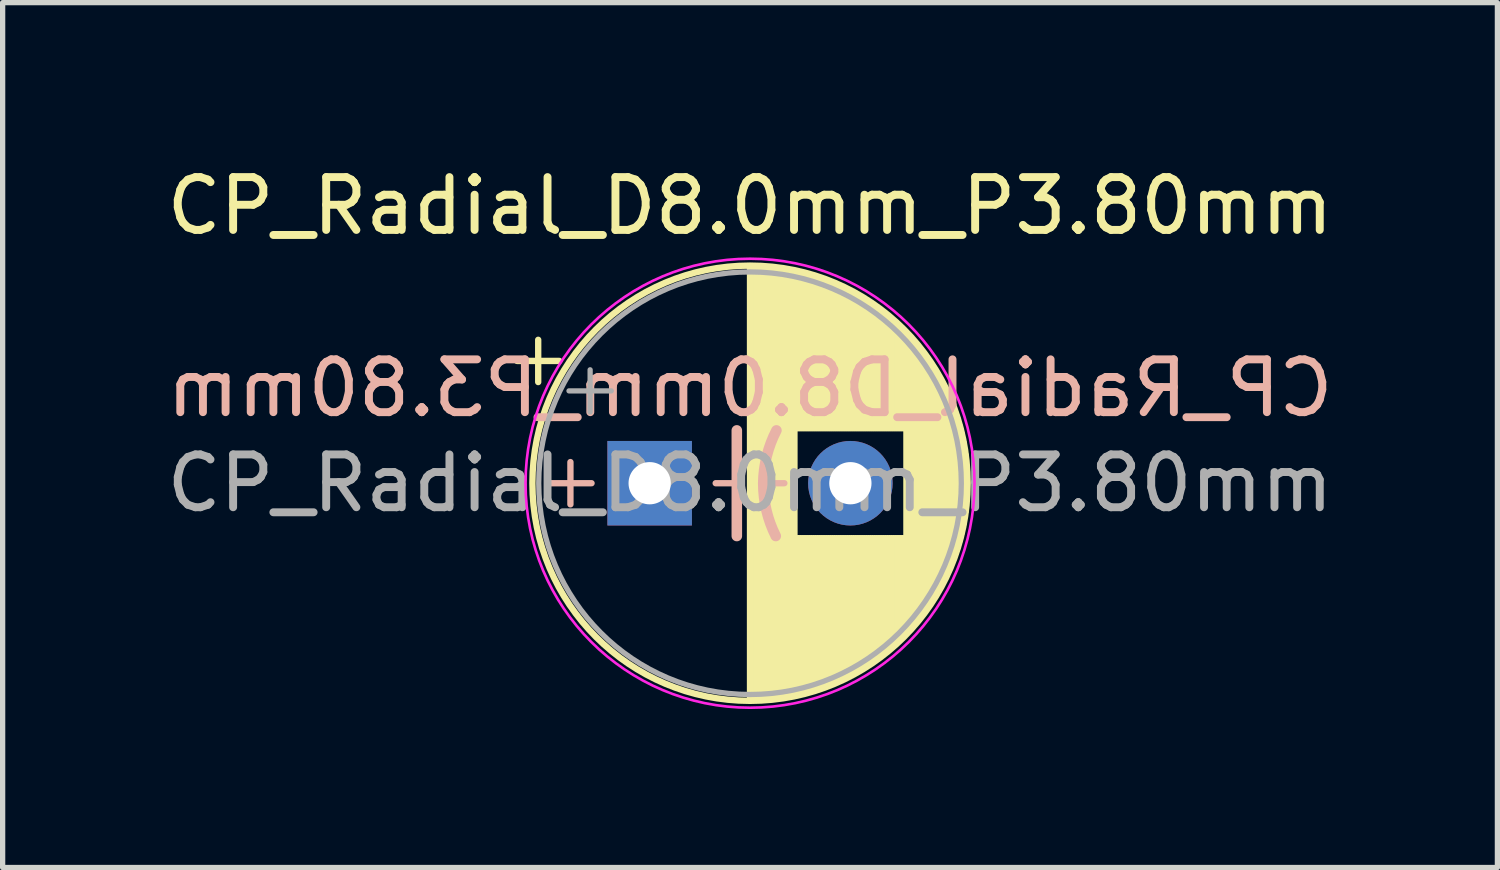
<source format=kicad_pcb>
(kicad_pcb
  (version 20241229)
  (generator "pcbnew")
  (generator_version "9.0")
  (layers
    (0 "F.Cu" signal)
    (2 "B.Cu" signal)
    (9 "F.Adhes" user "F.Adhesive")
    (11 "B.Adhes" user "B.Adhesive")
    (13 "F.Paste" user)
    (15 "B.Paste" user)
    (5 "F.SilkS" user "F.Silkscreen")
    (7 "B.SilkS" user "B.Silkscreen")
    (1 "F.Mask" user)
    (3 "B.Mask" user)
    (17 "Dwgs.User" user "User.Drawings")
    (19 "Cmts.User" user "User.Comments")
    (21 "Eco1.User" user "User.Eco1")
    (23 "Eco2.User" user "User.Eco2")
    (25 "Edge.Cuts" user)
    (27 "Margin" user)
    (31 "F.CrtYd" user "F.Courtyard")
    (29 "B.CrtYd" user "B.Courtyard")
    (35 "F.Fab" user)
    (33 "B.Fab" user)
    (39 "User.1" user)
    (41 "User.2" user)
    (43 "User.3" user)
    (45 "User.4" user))
  (footprint "CP_Radial_D8.0mm_P3.80mm"
    (layer "F.Cu")
    (at 9.249 6.098)
    (property "Reference" "CP_Radial_D8.0mm_P3.80mm" (at 1.9 -5.25 0) (layer "F.SilkS") (effects (font (size 1 1) (thickness 0.15))))
    (fp_line (start -2.51 -2.315) (end -1.71 -2.315) (stroke (width 0.12) (type solid)) (layer "F.SilkS"))
    (fp_line (start -2.11 -2.715) (end -2.11 -1.915) (stroke (width 0.12) (type solid)) (layer "F.SilkS"))
    (fp_line (start 1.9 -4.08) (end 1.9 4.08) (stroke (width 0.12) (type solid)) (layer "F.SilkS"))
    (fp_line (start 1.94 -4.08) (end 1.94 4.08) (stroke (width 0.12) (type solid)) (layer "F.SilkS"))
    (fp_line (start 1.98 -4.08) (end 1.98 4.08) (stroke (width 0.12) (type solid)) (layer "F.SilkS"))
    (fp_line (start 2.02 -4.079) (end 2.02 4.079) (stroke (width 0.12) (type solid)) (layer "F.SilkS"))
    (fp_line (start 2.06 -4.077) (end 2.06 4.077) (stroke (width 0.12) (type solid)) (layer "F.SilkS"))
    (fp_line (start 2.1 -4.076) (end 2.1 4.076) (stroke (width 0.12) (type solid)) (layer "F.SilkS"))
    (fp_line (start 2.14 -4.074) (end 2.14 4.074) (stroke (width 0.12) (type solid)) (layer "F.SilkS"))
    (fp_line (start 2.18 -4.071) (end 2.18 4.071) (stroke (width 0.12) (type solid)) (layer "F.SilkS"))
    (fp_line (start 2.22 -4.068) (end 2.22 4.068) (stroke (width 0.12) (type solid)) (layer "F.SilkS"))
    (fp_line (start 2.26 -4.065) (end 2.26 4.065) (stroke (width 0.12) (type solid)) (layer "F.SilkS"))
    (fp_line (start 2.3 -4.061) (end 2.3 4.061) (stroke (width 0.12) (type solid)) (layer "F.SilkS"))
    (fp_line (start 2.34 -4.057) (end 2.34 4.057) (stroke (width 0.12) (type solid)) (layer "F.SilkS"))
    (fp_line (start 2.38 -4.052) (end 2.38 4.052) (stroke (width 0.12) (type solid)) (layer "F.SilkS"))
    (fp_line (start 2.42 -4.048) (end 2.42 4.048) (stroke (width 0.12) (type solid)) (layer "F.SilkS"))
    (fp_line (start 2.46 -4.042) (end 2.46 4.042) (stroke (width 0.12) (type solid)) (layer "F.SilkS"))
    (fp_line (start 2.5 -4.037) (end 2.5 4.037) (stroke (width 0.12) (type solid)) (layer "F.SilkS"))
    (fp_line (start 2.54 -4.03) (end 2.54 4.03) (stroke (width 0.12) (type solid)) (layer "F.SilkS"))
    (fp_line (start 2.58 -4.024) (end 2.58 4.024) (stroke (width 0.12) (type solid)) (layer "F.SilkS"))
    (fp_line (start 2.621 -4.017) (end 2.621 4.017) (stroke (width 0.12) (type solid)) (layer "F.SilkS"))
    (fp_line (start 2.661 -4.01) (end 2.661 4.01) (stroke (width 0.12) (type solid)) (layer "F.SilkS"))
    (fp_line (start 2.701 -4.002) (end 2.701 4.002) (stroke (width 0.12) (type solid)) (layer "F.SilkS"))
    (fp_line (start 2.741 -3.994) (end 2.741 3.994) (stroke (width 0.12) (type solid)) (layer "F.SilkS"))
    (fp_line (start 2.781 -3.985) (end 2.781 -1.04) (stroke (width 0.12) (type solid)) (layer "F.SilkS"))
    (fp_line (start 2.781 1.04) (end 2.781 3.985) (stroke (width 0.12) (type solid)) (layer "F.SilkS"))
    (fp_line (start 2.821 -3.976) (end 2.821 -1.04) (stroke (width 0.12) (type solid)) (layer "F.SilkS"))
    (fp_line (start 2.821 1.04) (end 2.821 3.976) (stroke (width 0.12) (type solid)) (layer "F.SilkS"))
    (fp_line (start 2.861 -3.967) (end 2.861 -1.04) (stroke (width 0.12) (type solid)) (layer "F.SilkS"))
    (fp_line (start 2.861 1.04) (end 2.861 3.967) (stroke (width 0.12) (type solid)) (layer "F.SilkS"))
    (fp_line (start 2.901 -3.957) (end 2.901 -1.04) (stroke (width 0.12) (type solid)) (layer "F.SilkS"))
    (fp_line (start 2.901 1.04) (end 2.901 3.957) (stroke (width 0.12) (type solid)) (layer "F.SilkS"))
    (fp_line (start 2.941 -3.947) (end 2.941 -1.04) (stroke (width 0.12) (type solid)) (layer "F.SilkS"))
    (fp_line (start 2.941 1.04) (end 2.941 3.947) (stroke (width 0.12) (type solid)) (layer "F.SilkS"))
    (fp_line (start 2.981 -3.936) (end 2.981 -1.04) (stroke (width 0.12) (type solid)) (layer "F.SilkS"))
    (fp_line (start 2.981 1.04) (end 2.981 3.936) (stroke (width 0.12) (type solid)) (layer "F.SilkS"))
    (fp_line (start 3.021 -3.925) (end 3.021 -1.04) (stroke (width 0.12) (type solid)) (layer "F.SilkS"))
    (fp_line (start 3.021 1.04) (end 3.021 3.925) (stroke (width 0.12) (type solid)) (layer "F.SilkS"))
    (fp_line (start 3.061 -3.914) (end 3.061 -1.04) (stroke (width 0.12) (type solid)) (layer "F.SilkS"))
    (fp_line (start 3.061 1.04) (end 3.061 3.914) (stroke (width 0.12) (type solid)) (layer "F.SilkS"))
    (fp_line (start 3.101 -3.902) (end 3.101 -1.04) (stroke (width 0.12) (type solid)) (layer "F.SilkS"))
    (fp_line (start 3.101 1.04) (end 3.101 3.902) (stroke (width 0.12) (type solid)) (layer "F.SilkS"))
    (fp_line (start 3.141 -3.889) (end 3.141 -1.04) (stroke (width 0.12) (type solid)) (layer "F.SilkS"))
    (fp_line (start 3.141 1.04) (end 3.141 3.889) (stroke (width 0.12) (type solid)) (layer "F.SilkS"))
    (fp_line (start 3.181 -3.877) (end 3.181 -1.04) (stroke (width 0.12) (type solid)) (layer "F.SilkS"))
    (fp_line (start 3.181 1.04) (end 3.181 3.877) (stroke (width 0.12) (type solid)) (layer "F.SilkS"))
    (fp_line (start 3.221 -3.863) (end 3.221 -1.04) (stroke (width 0.12) (type solid)) (layer "F.SilkS"))
    (fp_line (start 3.221 1.04) (end 3.221 3.863) (stroke (width 0.12) (type solid)) (layer "F.SilkS"))
    (fp_line (start 3.261 -3.85) (end 3.261 -1.04) (stroke (width 0.12) (type solid)) (layer "F.SilkS"))
    (fp_line (start 3.261 1.04) (end 3.261 3.85) (stroke (width 0.12) (type solid)) (layer "F.SilkS"))
    (fp_line (start 3.301 -3.835) (end 3.301 -1.04) (stroke (width 0.12) (type solid)) (layer "F.SilkS"))
    (fp_line (start 3.301 1.04) (end 3.301 3.835) (stroke (width 0.12) (type solid)) (layer "F.SilkS"))
    (fp_line (start 3.341 -3.821) (end 3.341 -1.04) (stroke (width 0.12) (type solid)) (layer "F.SilkS"))
    (fp_line (start 3.341 1.04) (end 3.341 3.821) (stroke (width 0.12) (type solid)) (layer "F.SilkS"))
    (fp_line (start 3.381 -3.805) (end 3.381 -1.04) (stroke (width 0.12) (type solid)) (layer "F.SilkS"))
    (fp_line (start 3.381 1.04) (end 3.381 3.805) (stroke (width 0.12) (type solid)) (layer "F.SilkS"))
    (fp_line (start 3.421 -3.79) (end 3.421 -1.04) (stroke (width 0.12) (type solid)) (layer "F.SilkS"))
    (fp_line (start 3.421 1.04) (end 3.421 3.79) (stroke (width 0.12) (type solid)) (layer "F.SilkS"))
    (fp_line (start 3.461 -3.774) (end 3.461 -1.04) (stroke (width 0.12) (type solid)) (layer "F.SilkS"))
    (fp_line (start 3.461 1.04) (end 3.461 3.774) (stroke (width 0.12) (type solid)) (layer "F.SilkS"))
    (fp_line (start 3.501 -3.757) (end 3.501 -1.04) (stroke (width 0.12) (type solid)) (layer "F.SilkS"))
    (fp_line (start 3.501 1.04) (end 3.501 3.757) (stroke (width 0.12) (type solid)) (layer "F.SilkS"))
    (fp_line (start 3.541 -3.74) (end 3.541 -1.04) (stroke (width 0.12) (type solid)) (layer "F.SilkS"))
    (fp_line (start 3.541 1.04) (end 3.541 3.74) (stroke (width 0.12) (type solid)) (layer "F.SilkS"))
    (fp_line (start 3.581 -3.722) (end 3.581 -1.04) (stroke (width 0.12) (type solid)) (layer "F.SilkS"))
    (fp_line (start 3.581 1.04) (end 3.581 3.722) (stroke (width 0.12) (type solid)) (layer "F.SilkS"))
    (fp_line (start 3.621 -3.704) (end 3.621 -1.04) (stroke (width 0.12) (type solid)) (layer "F.SilkS"))
    (fp_line (start 3.621 1.04) (end 3.621 3.704) (stroke (width 0.12) (type solid)) (layer "F.SilkS"))
    (fp_line (start 3.661 -3.686) (end 3.661 -1.04) (stroke (width 0.12) (type solid)) (layer "F.SilkS"))
    (fp_line (start 3.661 1.04) (end 3.661 3.686) (stroke (width 0.12) (type solid)) (layer "F.SilkS"))
    (fp_line (start 3.701 -3.666) (end 3.701 -1.04) (stroke (width 0.12) (type solid)) (layer "F.SilkS"))
    (fp_line (start 3.701 1.04) (end 3.701 3.666) (stroke (width 0.12) (type solid)) (layer "F.SilkS"))
    (fp_line (start 3.741 -3.647) (end 3.741 -1.04) (stroke (width 0.12) (type solid)) (layer "F.SilkS"))
    (fp_line (start 3.741 1.04) (end 3.741 3.647) (stroke (width 0.12) (type solid)) (layer "F.SilkS"))
    (fp_line (start 3.781 -3.627) (end 3.781 -1.04) (stroke (width 0.12) (type solid)) (layer "F.SilkS"))
    (fp_line (start 3.781 1.04) (end 3.781 3.627) (stroke (width 0.12) (type solid)) (layer "F.SilkS"))
    (fp_line (start 3.821 -3.606) (end 3.821 -1.04) (stroke (width 0.12) (type solid)) (layer "F.SilkS"))
    (fp_line (start 3.821 1.04) (end 3.821 3.606) (stroke (width 0.12) (type solid)) (layer "F.SilkS"))
    (fp_line (start 3.861 -3.584) (end 3.861 -1.04) (stroke (width 0.12) (type solid)) (layer "F.SilkS"))
    (fp_line (start 3.861 1.04) (end 3.861 3.584) (stroke (width 0.12) (type solid)) (layer "F.SilkS"))
    (fp_line (start 3.901 -3.562) (end 3.901 -1.04) (stroke (width 0.12) (type solid)) (layer "F.SilkS"))
    (fp_line (start 3.901 1.04) (end 3.901 3.562) (stroke (width 0.12) (type solid)) (layer "F.SilkS"))
    (fp_line (start 3.941 -3.54) (end 3.941 -1.04) (stroke (width 0.12) (type solid)) (layer "F.SilkS"))
    (fp_line (start 3.941 1.04) (end 3.941 3.54) (stroke (width 0.12) (type solid)) (layer "F.SilkS"))
    (fp_line (start 3.981 -3.517) (end 3.981 -1.04) (stroke (width 0.12) (type solid)) (layer "F.SilkS"))
    (fp_line (start 3.981 1.04) (end 3.981 3.517) (stroke (width 0.12) (type solid)) (layer "F.SilkS"))
    (fp_line (start 4.021 -3.493) (end 4.021 -1.04) (stroke (width 0.12) (type solid)) (layer "F.SilkS"))
    (fp_line (start 4.021 1.04) (end 4.021 3.493) (stroke (width 0.12) (type solid)) (layer "F.SilkS"))
    (fp_line (start 4.061 -3.469) (end 4.061 -1.04) (stroke (width 0.12) (type solid)) (layer "F.SilkS"))
    (fp_line (start 4.061 1.04) (end 4.061 3.469) (stroke (width 0.12) (type solid)) (layer "F.SilkS"))
    (fp_line (start 4.101 -3.444) (end 4.101 -1.04) (stroke (width 0.12) (type solid)) (layer "F.SilkS"))
    (fp_line (start 4.101 1.04) (end 4.101 3.444) (stroke (width 0.12) (type solid)) (layer "F.SilkS"))
    (fp_line (start 4.141 -3.418) (end 4.141 -1.04) (stroke (width 0.12) (type solid)) (layer "F.SilkS"))
    (fp_line (start 4.141 1.04) (end 4.141 3.418) (stroke (width 0.12) (type solid)) (layer "F.SilkS"))
    (fp_line (start 4.181 -3.392) (end 4.181 -1.04) (stroke (width 0.12) (type solid)) (layer "F.SilkS"))
    (fp_line (start 4.181 1.04) (end 4.181 3.392) (stroke (width 0.12) (type solid)) (layer "F.SilkS"))
    (fp_line (start 4.221 -3.365) (end 4.221 -1.04) (stroke (width 0.12) (type solid)) (layer "F.SilkS"))
    (fp_line (start 4.221 1.04) (end 4.221 3.365) (stroke (width 0.12) (type solid)) (layer "F.SilkS"))
    (fp_line (start 4.261 -3.338) (end 4.261 -1.04) (stroke (width 0.12) (type solid)) (layer "F.SilkS"))
    (fp_line (start 4.261 1.04) (end 4.261 3.338) (stroke (width 0.12) (type solid)) (layer "F.SilkS"))
    (fp_line (start 4.301 -3.309) (end 4.301 -1.04) (stroke (width 0.12) (type solid)) (layer "F.SilkS"))
    (fp_line (start 4.301 1.04) (end 4.301 3.309) (stroke (width 0.12) (type solid)) (layer "F.SilkS"))
    (fp_line (start 4.341 -3.28) (end 4.341 -1.04) (stroke (width 0.12) (type solid)) (layer "F.SilkS"))
    (fp_line (start 4.341 1.04) (end 4.341 3.28) (stroke (width 0.12) (type solid)) (layer "F.SilkS"))
    (fp_line (start 4.381 -3.25) (end 4.381 -1.04) (stroke (width 0.12) (type solid)) (layer "F.SilkS"))
    (fp_line (start 4.381 1.04) (end 4.381 3.25) (stroke (width 0.12) (type solid)) (layer "F.SilkS"))
    (fp_line (start 4.421 -3.22) (end 4.421 -1.04) (stroke (width 0.12) (type solid)) (layer "F.SilkS"))
    (fp_line (start 4.421 1.04) (end 4.421 3.22) (stroke (width 0.12) (type solid)) (layer "F.SilkS"))
    (fp_line (start 4.461 -3.189) (end 4.461 -1.04) (stroke (width 0.12) (type solid)) (layer "F.SilkS"))
    (fp_line (start 4.461 1.04) (end 4.461 3.189) (stroke (width 0.12) (type solid)) (layer "F.SilkS"))
    (fp_line (start 4.501 -3.156) (end 4.501 -1.04) (stroke (width 0.12) (type solid)) (layer "F.SilkS"))
    (fp_line (start 4.501 1.04) (end 4.501 3.156) (stroke (width 0.12) (type solid)) (layer "F.SilkS"))
    (fp_line (start 4.541 -3.124) (end 4.541 -1.04) (stroke (width 0.12) (type solid)) (layer "F.SilkS"))
    (fp_line (start 4.541 1.04) (end 4.541 3.124) (stroke (width 0.12) (type solid)) (layer "F.SilkS"))
    (fp_line (start 4.581 -3.09) (end 4.581 -1.04) (stroke (width 0.12) (type solid)) (layer "F.SilkS"))
    (fp_line (start 4.581 1.04) (end 4.581 3.09) (stroke (width 0.12) (type solid)) (layer "F.SilkS"))
    (fp_line (start 4.621 -3.055) (end 4.621 -1.04) (stroke (width 0.12) (type solid)) (layer "F.SilkS"))
    (fp_line (start 4.621 1.04) (end 4.621 3.055) (stroke (width 0.12) (type solid)) (layer "F.SilkS"))
    (fp_line (start 4.661 -3.019) (end 4.661 -1.04) (stroke (width 0.12) (type solid)) (layer "F.SilkS"))
    (fp_line (start 4.661 1.04) (end 4.661 3.019) (stroke (width 0.12) (type solid)) (layer "F.SilkS"))
    (fp_line (start 4.701 -2.983) (end 4.701 -1.04) (stroke (width 0.12) (type solid)) (layer "F.SilkS"))
    (fp_line (start 4.701 1.04) (end 4.701 2.983) (stroke (width 0.12) (type solid)) (layer "F.SilkS"))
    (fp_line (start 4.741 -2.945) (end 4.741 -1.04) (stroke (width 0.12) (type solid)) (layer "F.SilkS"))
    (fp_line (start 4.741 1.04) (end 4.741 2.945) (stroke (width 0.12) (type solid)) (layer "F.SilkS"))
    (fp_line (start 4.781 -2.907) (end 4.781 -1.04) (stroke (width 0.12) (type solid)) (layer "F.SilkS"))
    (fp_line (start 4.781 1.04) (end 4.781 2.907) (stroke (width 0.12) (type solid)) (layer "F.SilkS"))
    (fp_line (start 4.821 -2.867) (end 4.821 -1.04) (stroke (width 0.12) (type solid)) (layer "F.SilkS"))
    (fp_line (start 4.821 1.04) (end 4.821 2.867) (stroke (width 0.12) (type solid)) (layer "F.SilkS"))
    (fp_line (start 4.861 -2.826) (end 4.861 2.826) (stroke (width 0.12) (type solid)) (layer "F.SilkS"))
    (fp_line (start 4.901 -2.784) (end 4.901 2.784) (stroke (width 0.12) (type solid)) (layer "F.SilkS"))
    (fp_line (start 4.941 -2.741) (end 4.941 2.741) (stroke (width 0.12) (type solid)) (layer "F.SilkS"))
    (fp_line (start 4.981 -2.697) (end 4.981 2.697) (stroke (width 0.12) (type solid)) (layer "F.SilkS"))
    (fp_line (start 5.021 -2.651) (end 5.021 2.651) (stroke (width 0.12) (type solid)) (layer "F.SilkS"))
    (fp_line (start 5.061 -2.604) (end 5.061 2.604) (stroke (width 0.12) (type solid)) (layer "F.SilkS"))
    (fp_line (start 5.101 -2.556) (end 5.101 2.556) (stroke (width 0.12) (type solid)) (layer "F.SilkS"))
    (fp_line (start 5.141 -2.505) (end 5.141 2.505) (stroke (width 0.12) (type solid)) (layer "F.SilkS"))
    (fp_line (start 5.181 -2.454) (end 5.181 2.454) (stroke (width 0.12) (type solid)) (layer "F.SilkS"))
    (fp_line (start 5.221 -2.4) (end 5.221 2.4) (stroke (width 0.12) (type solid)) (layer "F.SilkS"))
    (fp_line (start 5.261 -2.345) (end 5.261 2.345) (stroke (width 0.12) (type solid)) (layer "F.SilkS"))
    (fp_line (start 5.301 -2.287) (end 5.301 2.287) (stroke (width 0.12) (type solid)) (layer "F.SilkS"))
    (fp_line (start 5.341 -2.228) (end 5.341 2.228) (stroke (width 0.12) (type solid)) (layer "F.SilkS"))
    (fp_line (start 5.381 -2.166) (end 5.381 2.166) (stroke (width 0.12) (type solid)) (layer "F.SilkS"))
    (fp_line (start 5.421 -2.102) (end 5.421 2.102) (stroke (width 0.12) (type solid)) (layer "F.SilkS"))
    (fp_line (start 5.461 -2.034) (end 5.461 2.034) (stroke (width 0.12) (type solid)) (layer "F.SilkS"))
    (fp_line (start 5.501 -1.964) (end 5.501 1.964) (stroke (width 0.12) (type solid)) (layer "F.SilkS"))
    (fp_line (start 5.541 -1.89) (end 5.541 1.89) (stroke (width 0.12) (type solid)) (layer "F.SilkS"))
    (fp_line (start 5.581 -1.813) (end 5.581 1.813) (stroke (width 0.12) (type solid)) (layer "F.SilkS"))
    (fp_line (start 5.621 -1.731) (end 5.621 1.731) (stroke (width 0.12) (type solid)) (layer "F.SilkS"))
    (fp_line (start 5.661 -1.645) (end 5.661 1.645) (stroke (width 0.12) (type solid)) (layer "F.SilkS"))
    (fp_line (start 5.701 -1.552) (end 5.701 1.552) (stroke (width 0.12) (type solid)) (layer "F.SilkS"))
    (fp_line (start 5.741 -1.453) (end 5.741 1.453) (stroke (width 0.12) (type solid)) (layer "F.SilkS"))
    (fp_line (start 5.781 -1.346) (end 5.781 1.346) (stroke (width 0.12) (type solid)) (layer "F.SilkS"))
    (fp_line (start 5.821 -1.229) (end 5.821 1.229) (stroke (width 0.12) (type solid)) (layer "F.SilkS"))
    (fp_line (start 5.861 -1.098) (end 5.861 1.098) (stroke (width 0.12) (type solid)) (layer "F.SilkS"))
    (fp_line (start 5.901 -0.948) (end 5.901 0.948) (stroke (width 0.12) (type solid)) (layer "F.SilkS"))
    (fp_line (start 5.941 -0.768) (end 5.941 0.768) (stroke (width 0.12) (type solid)) (layer "F.SilkS"))
    (fp_line (start 5.981 -0.533) (end 5.981 0.533) (stroke (width 0.12) (type solid)) (layer "F.SilkS"))
    (fp_circle (center 1.9 0) (end 6.02 0) (stroke (width 0.12) (type solid)) (fill no) (layer "F.SilkS"))
    (fp_line (start -1.5 -0.4) (end -1.5 0.4) (stroke (width 0.12) (type solid)) (layer "B.SilkS"))
    (fp_line (start -1.1 0) (end -1.9 0) (stroke (width 0.12) (type solid)) (layer "B.SilkS"))
    (fp_line (start 1.25 0) (end 1.65 0) (stroke (width 0.12) (type solid)) (layer "B.SilkS"))
    (fp_line (start 1.65 1) (end 1.65 -1) (stroke (width 0.2) (type solid)) (layer "B.SilkS"))
    (fp_line (start 2.55 0) (end 2.15 0) (stroke (width 0.12) (type solid)) (layer "B.SilkS"))
    (fp_arc (start 2.15 0) (mid 2.216707 -0.514573) (end 2.4 -1) (stroke (width 0.2) (type solid)) (layer "B.SilkS"))
    (fp_arc (start 2.387539 1) (mid 2.210247 0.513901) (end 2.15 0) (stroke (width 0.2) (type solid)) (layer "B.SilkS"))
    (fp_circle (center 1.9 0) (end 6.15 0) (stroke (width 0.05) (type solid)) (fill no) (layer "F.CrtYd"))
    (fp_line (start -1.527 -1.748) (end -0.727 -1.748) (stroke (width 0.1) (type solid)) (layer "F.Fab"))
    (fp_line (start -1.127 -2.147) (end -1.127 -1.347) (stroke (width 0.1) (type solid)) (layer "F.Fab"))
    (fp_circle (center 1.9 0) (end 5.9 0) (stroke (width 0.1) (type solid)) (fill no) (layer "F.Fab"))
    (fp_text user "${REFERENCE}" (at 1.9 -1.8 0) (layer "B.SilkS") (effects (font (size 1 1) (thickness 0.15)) (justify mirror)))
    (fp_text user "${REFERENCE}" (at 1.9 0 0) (layer "F.Fab") (effects (font (size 1 1) (thickness 0.15))))
    (pad "1" thru_hole rect (at 0 0) (size 1.6 1.6) (drill 0.8) (layers "*.Cu" "*.Mask"))
    (pad "2" thru_hole circle (at 3.8 0) (size 1.6 1.6) (drill 0.8) (layers "*.Cu" "*.Mask")))
  (gr_rect
    (start -3 -3)
    (end 25.298 13.373)
    (stroke (width 0.1) (type default))
    (fill no)
    (layer "Edge.Cuts")))
</source>
